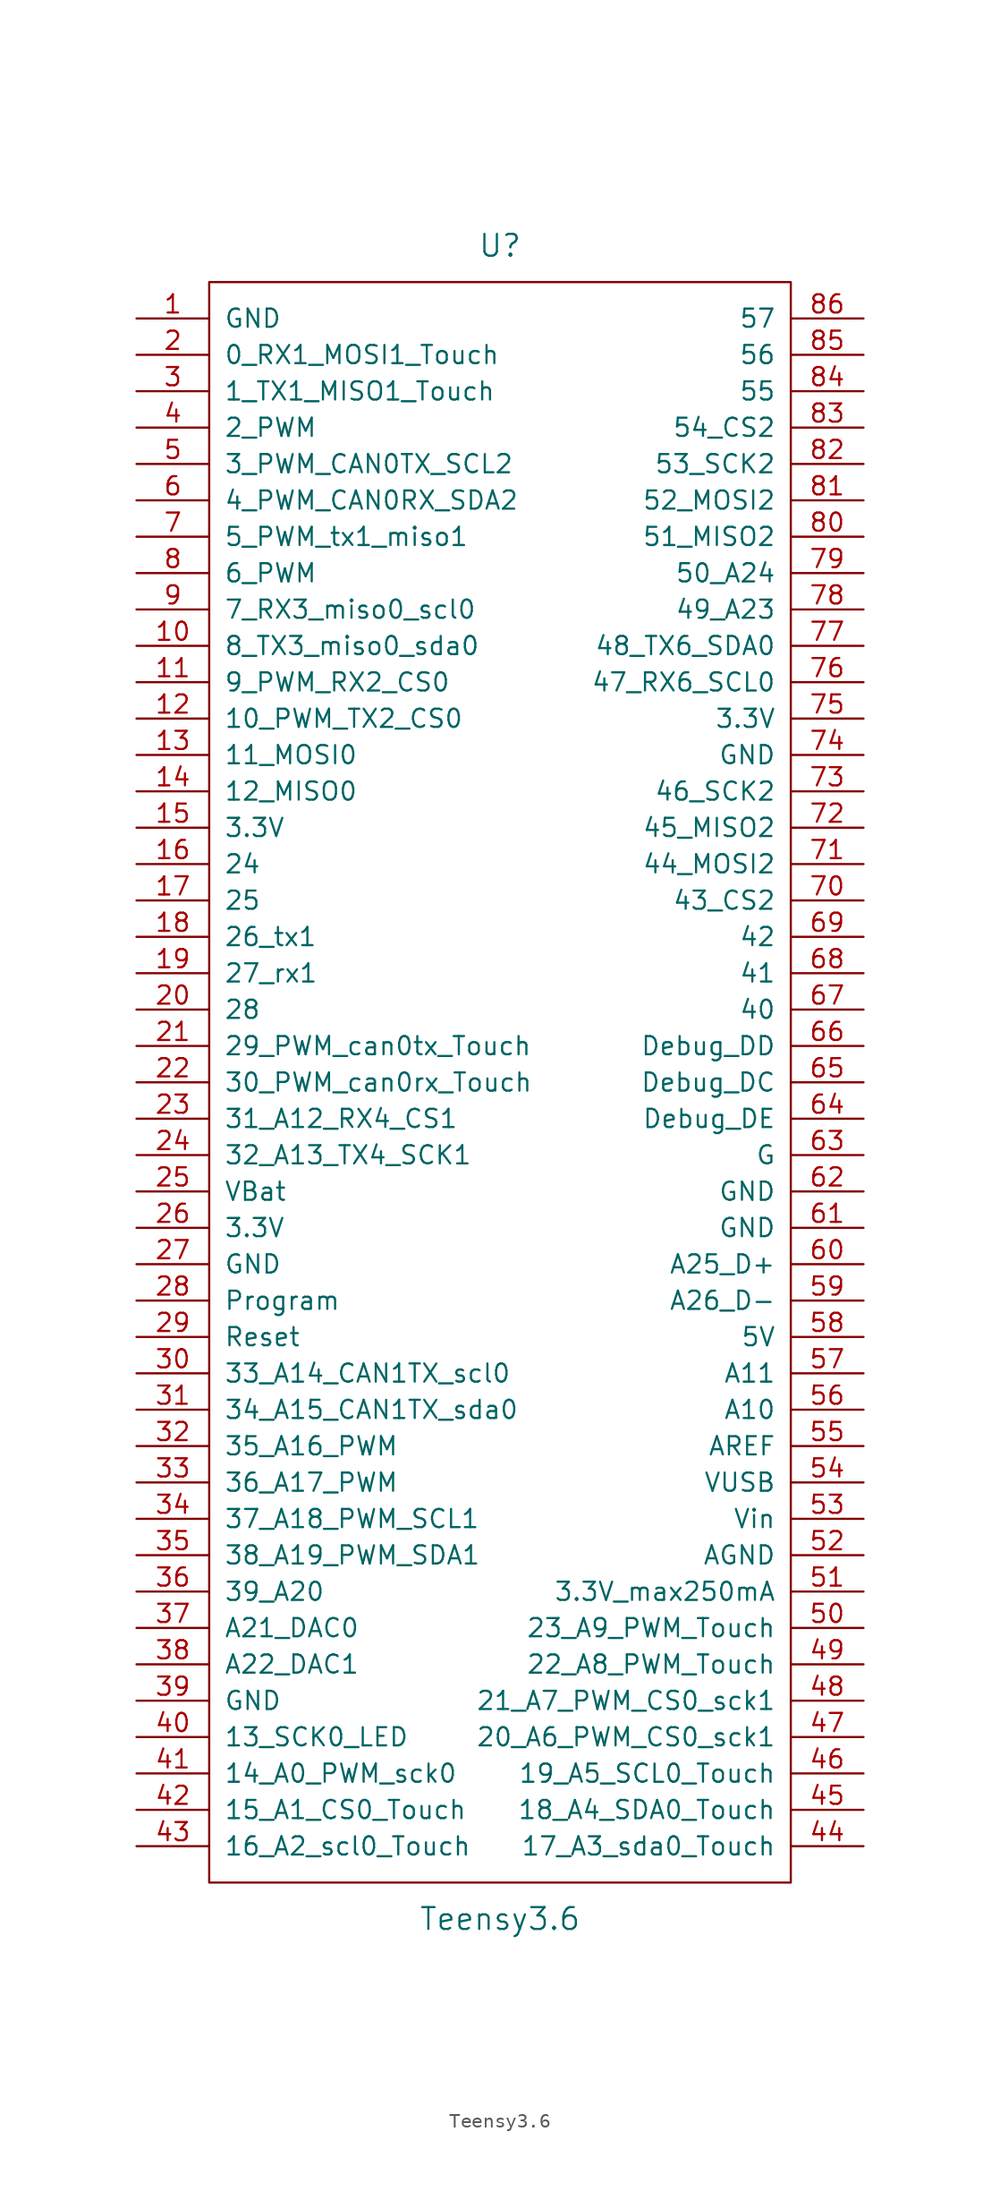
<source format=kicad_sym>
(kicad_symbol_lib
  (version 20211014)
  (generator kicad_symbol_editor)
  (symbol "Teensy3.6"
    (pin_names
      (offset 1.016))
    (property "Reference" "U"
      (at 0 58.42 0)
      (effects (font (size 1.524 1.524))))
    (property "Value" "Teensy3.6"
      (at 0 -58.42 0)
      (effects (font (size 1.524 1.524))))
    (property "Footprint" ""
      (at 0 0 0)
      (effects (font (size 1.524 1.524))))
    (property "Datasheet" ""
      (at 0 0 0)
      (effects (font (size 1.524 1.524))))
    (symbol "Teensy3.6_0_1"
      (rectangle (start -20.32 55.88) (end 20.32 -55.88) (stroke (width 0) (type default) (color 0 0 0 0)) (fill (type none))))
    (symbol "Teensy3.6_1_1"
      (pin power_in line (at -25.4 53.34 0) (length 5.08) (name "GND" (effects (font (size 1.27 1.27)))) (number "1" (effects (font (size 1.27 1.27)))))
      (pin bidirectional line (at -25.4 30.48 0) (length 5.08) (name "8_TX3_miso0_sda0" (effects (font (size 1.27 1.27)))) (number "10" (effects (font (size 1.27 1.27)))))
      (pin bidirectional line (at -25.4 27.94 0) (length 5.08) (name "9_PWM_RX2_CS0" (effects (font (size 1.27 1.27)))) (number "11" (effects (font (size 1.27 1.27)))))
      (pin bidirectional line (at -25.4 25.4 0) (length 5.08) (name "10_PWM_TX2_CS0" (effects (font (size 1.27 1.27)))) (number "12" (effects (font (size 1.27 1.27)))))
      (pin bidirectional line (at -25.4 22.86 0) (length 5.08) (name "11_MOSI0" (effects (font (size 1.27 1.27)))) (number "13" (effects (font (size 1.27 1.27)))))
      (pin bidirectional line (at -25.4 20.32 0) (length 5.08) (name "12_MISO0" (effects (font (size 1.27 1.27)))) (number "14" (effects (font (size 1.27 1.27)))))
      (pin power_in line (at -25.4 17.78 0) (length 5.08) (name "3.3V" (effects (font (size 1.27 1.27)))) (number "15" (effects (font (size 1.27 1.27)))))
      (pin bidirectional line (at -25.4 15.24 0) (length 5.08) (name "24" (effects (font (size 1.27 1.27)))) (number "16" (effects (font (size 1.27 1.27)))))
      (pin bidirectional line (at -25.4 12.7 0) (length 5.08) (name "25" (effects (font (size 1.27 1.27)))) (number "17" (effects (font (size 1.27 1.27)))))
      (pin bidirectional line (at -25.4 10.16 0) (length 5.08) (name "26_tx1" (effects (font (size 1.27 1.27)))) (number "18" (effects (font (size 1.27 1.27)))))
      (pin bidirectional line (at -25.4 7.62 0) (length 5.08) (name "27_rx1" (effects (font (size 1.27 1.27)))) (number "19" (effects (font (size 1.27 1.27)))))
      (pin bidirectional line (at -25.4 50.8 0) (length 5.08) (name "0_RX1_MOSI1_Touch" (effects (font (size 1.27 1.27)))) (number "2" (effects (font (size 1.27 1.27)))))
      (pin bidirectional line (at -25.4 5.08 0) (length 5.08) (name "28" (effects (font (size 1.27 1.27)))) (number "20" (effects (font (size 1.27 1.27)))))
      (pin bidirectional line (at -25.4 2.54 0) (length 5.08) (name "29_PWM_can0tx_Touch" (effects (font (size 1.27 1.27)))) (number "21" (effects (font (size 1.27 1.27)))))
      (pin bidirectional line (at -25.4 0 0) (length 5.08) (name "30_PWM_can0rx_Touch" (effects (font (size 1.27 1.27)))) (number "22" (effects (font (size 1.27 1.27)))))
      (pin bidirectional line (at -25.4 -2.54 0) (length 5.08) (name "31_A12_RX4_CS1" (effects (font (size 1.27 1.27)))) (number "23" (effects (font (size 1.27 1.27)))))
      (pin bidirectional line (at -25.4 -5.08 0) (length 5.08) (name "32_A13_TX4_SCK1" (effects (font (size 1.27 1.27)))) (number "24" (effects (font (size 1.27 1.27)))))
      (pin power_in line (at -25.4 -7.62 0) (length 5.08) (name "VBat" (effects (font (size 1.27 1.27)))) (number "25" (effects (font (size 1.27 1.27)))))
      (pin power_in line (at -25.4 -10.16 0) (length 5.08) (name "3.3V" (effects (font (size 1.27 1.27)))) (number "26" (effects (font (size 1.27 1.27)))))
      (pin power_in line (at -25.4 -12.7 0) (length 5.08) (name "GND" (effects (font (size 1.27 1.27)))) (number "27" (effects (font (size 1.27 1.27)))))
      (pin input line (at -25.4 -15.24 0) (length 5.08) (name "Program" (effects (font (size 1.27 1.27)))) (number "28" (effects (font (size 1.27 1.27)))))
      (pin input line (at -25.4 -17.78 0) (length 5.08) (name "Reset" (effects (font (size 1.27 1.27)))) (number "29" (effects (font (size 1.27 1.27)))))
      (pin bidirectional line (at -25.4 48.26 0) (length 5.08) (name "1_TX1_MISO1_Touch" (effects (font (size 1.27 1.27)))) (number "3" (effects (font (size 1.27 1.27)))))
      (pin bidirectional line (at -25.4 -20.32 0) (length 5.08) (name "33_A14_CAN1TX_scl0" (effects (font (size 1.27 1.27)))) (number "30" (effects (font (size 1.27 1.27)))))
      (pin bidirectional line (at -25.4 -22.86 0) (length 5.08) (name "34_A15_CAN1TX_sda0" (effects (font (size 1.27 1.27)))) (number "31" (effects (font (size 1.27 1.27)))))
      (pin bidirectional line (at -25.4 -25.4 0) (length 5.08) (name "35_A16_PWM" (effects (font (size 1.27 1.27)))) (number "32" (effects (font (size 1.27 1.27)))))
      (pin bidirectional line (at -25.4 -27.94 0) (length 5.08) (name "36_A17_PWM" (effects (font (size 1.27 1.27)))) (number "33" (effects (font (size 1.27 1.27)))))
      (pin bidirectional line (at -25.4 -30.48 0) (length 5.08) (name "37_A18_PWM_SCL1" (effects (font (size 1.27 1.27)))) (number "34" (effects (font (size 1.27 1.27)))))
      (pin bidirectional line (at -25.4 -33.02 0) (length 5.08) (name "38_A19_PWM_SDA1" (effects (font (size 1.27 1.27)))) (number "35" (effects (font (size 1.27 1.27)))))
      (pin bidirectional line (at -25.4 -35.56 0) (length 5.08) (name "39_A20" (effects (font (size 1.27 1.27)))) (number "36" (effects (font (size 1.27 1.27)))))
      (pin bidirectional line (at -25.4 -38.1 0) (length 5.08) (name "A21_DAC0" (effects (font (size 1.27 1.27)))) (number "37" (effects (font (size 1.27 1.27)))))
      (pin bidirectional line (at -25.4 -40.64 0) (length 5.08) (name "A22_DAC1" (effects (font (size 1.27 1.27)))) (number "38" (effects (font (size 1.27 1.27)))))
      (pin power_in line (at -25.4 -43.18 0) (length 5.08) (name "GND" (effects (font (size 1.27 1.27)))) (number "39" (effects (font (size 1.27 1.27)))))
      (pin bidirectional line (at -25.4 45.72 0) (length 5.08) (name "2_PWM" (effects (font (size 1.27 1.27)))) (number "4" (effects (font (size 1.27 1.27)))))
      (pin bidirectional line (at -25.4 -45.72 0) (length 5.08) (name "13_SCK0_LED" (effects (font (size 1.27 1.27)))) (number "40" (effects (font (size 1.27 1.27)))))
      (pin bidirectional line (at -25.4 -48.26 0) (length 5.08) (name "14_A0_PWM_sck0" (effects (font (size 1.27 1.27)))) (number "41" (effects (font (size 1.27 1.27)))))
      (pin bidirectional line (at -25.4 -50.8 0) (length 5.08) (name "15_A1_CS0_Touch" (effects (font (size 1.27 1.27)))) (number "42" (effects (font (size 1.27 1.27)))))
      (pin bidirectional line (at -25.4 -53.34 0) (length 5.08) (name "16_A2_scl0_Touch" (effects (font (size 1.27 1.27)))) (number "43" (effects (font (size 1.27 1.27)))))
      (pin bidirectional line (at 25.4 -53.34 180) (length 5.08) (name "17_A3_sda0_Touch" (effects (font (size 1.27 1.27)))) (number "44" (effects (font (size 1.27 1.27)))))
      (pin bidirectional line (at 25.4 -50.8 180) (length 5.08) (name "18_A4_SDA0_Touch" (effects (font (size 1.27 1.27)))) (number "45" (effects (font (size 1.27 1.27)))))
      (pin bidirectional line (at 25.4 -48.26 180) (length 5.08) (name "19_A5_SCL0_Touch" (effects (font (size 1.27 1.27)))) (number "46" (effects (font (size 1.27 1.27)))))
      (pin bidirectional line (at 25.4 -45.72 180) (length 5.08) (name "20_A6_PWM_CS0_sck1" (effects (font (size 1.27 1.27)))) (number "47" (effects (font (size 1.27 1.27)))))
      (pin bidirectional line (at 25.4 -43.18 180) (length 5.08) (name "21_A7_PWM_CS0_sck1" (effects (font (size 1.27 1.27)))) (number "48" (effects (font (size 1.27 1.27)))))
      (pin bidirectional line (at 25.4 -40.64 180) (length 5.08) (name "22_A8_PWM_Touch" (effects (font (size 1.27 1.27)))) (number "49" (effects (font (size 1.27 1.27)))))
      (pin bidirectional line (at -25.4 43.18 0) (length 5.08) (name "3_PWM_CAN0TX_SCL2" (effects (font (size 1.27 1.27)))) (number "5" (effects (font (size 1.27 1.27)))))
      (pin bidirectional line (at 25.4 -38.1 180) (length 5.08) (name "23_A9_PWM_Touch" (effects (font (size 1.27 1.27)))) (number "50" (effects (font (size 1.27 1.27)))))
      (pin power_out line (at 25.4 -35.56 180) (length 5.08) (name "3.3V_max250mA" (effects (font (size 1.27 1.27)))) (number "51" (effects (font (size 1.27 1.27)))))
      (pin power_in line (at 25.4 -33.02 180) (length 5.08) (name "AGND" (effects (font (size 1.27 1.27)))) (number "52" (effects (font (size 1.27 1.27)))))
      (pin power_in line (at 25.4 -30.48 180) (length 5.08) (name "Vin" (effects (font (size 1.27 1.27)))) (number "53" (effects (font (size 1.27 1.27)))))
      (pin power_in line (at 25.4 -27.94 180) (length 5.08) (name "VUSB" (effects (font (size 1.27 1.27)))) (number "54" (effects (font (size 1.27 1.27)))))
      (pin input line (at 25.4 -25.4 180) (length 5.08) (name "AREF" (effects (font (size 1.27 1.27)))) (number "55" (effects (font (size 1.27 1.27)))))
      (pin bidirectional line (at 25.4 -22.86 180) (length 5.08) (name "A10" (effects (font (size 1.27 1.27)))) (number "56" (effects (font (size 1.27 1.27)))))
      (pin bidirectional line (at 25.4 -20.32 180) (length 5.08) (name "A11" (effects (font (size 1.27 1.27)))) (number "57" (effects (font (size 1.27 1.27)))))
      (pin power_in line (at 25.4 -17.78 180) (length 5.08) (name "5V" (effects (font (size 1.27 1.27)))) (number "58" (effects (font (size 1.27 1.27)))))
      (pin bidirectional line (at 25.4 -15.24 180) (length 5.08) (name "A26_D-" (effects (font (size 1.27 1.27)))) (number "59" (effects (font (size 1.27 1.27)))))
      (pin bidirectional line (at -25.4 40.64 0) (length 5.08) (name "4_PWM_CAN0RX_SDA2" (effects (font (size 1.27 1.27)))) (number "6" (effects (font (size 1.27 1.27)))))
      (pin bidirectional line (at 25.4 -12.7 180) (length 5.08) (name "A25_D+" (effects (font (size 1.27 1.27)))) (number "60" (effects (font (size 1.27 1.27)))))
      (pin power_in line (at 25.4 -10.16 180) (length 5.08) (name "GND" (effects (font (size 1.27 1.27)))) (number "61" (effects (font (size 1.27 1.27)))))
      (pin power_in line (at 25.4 -7.62 180) (length 5.08) (name "GND" (effects (font (size 1.27 1.27)))) (number "62" (effects (font (size 1.27 1.27)))))
      (pin power_in line (at 25.4 -5.08 180) (length 5.08) (name "G" (effects (font (size 1.27 1.27)))) (number "63" (effects (font (size 1.27 1.27)))))
      (pin input line (at 25.4 -2.54 180) (length 5.08) (name "Debug_DE" (effects (font (size 1.27 1.27)))) (number "64" (effects (font (size 1.27 1.27)))))
      (pin input line (at 25.4 0 180) (length 5.08) (name "Debug_DC" (effects (font (size 1.27 1.27)))) (number "65" (effects (font (size 1.27 1.27)))))
      (pin input line (at 25.4 2.54 180) (length 5.08) (name "Debug_DD" (effects (font (size 1.27 1.27)))) (number "66" (effects (font (size 1.27 1.27)))))
      (pin bidirectional line (at 25.4 5.08 180) (length 5.08) (name "40" (effects (font (size 1.27 1.27)))) (number "67" (effects (font (size 1.27 1.27)))))
      (pin bidirectional line (at 25.4 7.62 180) (length 5.08) (name "41" (effects (font (size 1.27 1.27)))) (number "68" (effects (font (size 1.27 1.27)))))
      (pin bidirectional line (at 25.4 10.16 180) (length 5.08) (name "42" (effects (font (size 1.27 1.27)))) (number "69" (effects (font (size 1.27 1.27)))))
      (pin bidirectional line (at -25.4 38.1 0) (length 5.08) (name "5_PWM_tx1_miso1" (effects (font (size 1.27 1.27)))) (number "7" (effects (font (size 1.27 1.27)))))
      (pin bidirectional line (at 25.4 12.7 180) (length 5.08) (name "43_CS2" (effects (font (size 1.27 1.27)))) (number "70" (effects (font (size 1.27 1.27)))))
      (pin bidirectional line (at 25.4 15.24 180) (length 5.08) (name "44_MOSI2" (effects (font (size 1.27 1.27)))) (number "71" (effects (font (size 1.27 1.27)))))
      (pin bidirectional line (at 25.4 17.78 180) (length 5.08) (name "45_MISO2" (effects (font (size 1.27 1.27)))) (number "72" (effects (font (size 1.27 1.27)))))
      (pin bidirectional line (at 25.4 20.32 180) (length 5.08) (name "46_SCK2" (effects (font (size 1.27 1.27)))) (number "73" (effects (font (size 1.27 1.27)))))
      (pin power_in line (at 25.4 22.86 180) (length 5.08) (name "GND" (effects (font (size 1.27 1.27)))) (number "74" (effects (font (size 1.27 1.27)))))
      (pin power_in line (at 25.4 25.4 180) (length 5.08) (name "3.3V" (effects (font (size 1.27 1.27)))) (number "75" (effects (font (size 1.27 1.27)))))
      (pin bidirectional line (at 25.4 27.94 180) (length 5.08) (name "47_RX6_SCL0" (effects (font (size 1.27 1.27)))) (number "76" (effects (font (size 1.27 1.27)))))
      (pin bidirectional line (at 25.4 30.48 180) (length 5.08) (name "48_TX6_SDA0" (effects (font (size 1.27 1.27)))) (number "77" (effects (font (size 1.27 1.27)))))
      (pin bidirectional line (at 25.4 33.02 180) (length 5.08) (name "49_A23" (effects (font (size 1.27 1.27)))) (number "78" (effects (font (size 1.27 1.27)))))
      (pin bidirectional line (at 25.4 35.56 180) (length 5.08) (name "50_A24" (effects (font (size 1.27 1.27)))) (number "79" (effects (font (size 1.27 1.27)))))
      (pin bidirectional line (at -25.4 35.56 0) (length 5.08) (name "6_PWM" (effects (font (size 1.27 1.27)))) (number "8" (effects (font (size 1.27 1.27)))))
      (pin bidirectional line (at 25.4 38.1 180) (length 5.08) (name "51_MISO2" (effects (font (size 1.27 1.27)))) (number "80" (effects (font (size 1.27 1.27)))))
      (pin bidirectional line (at 25.4 40.64 180) (length 5.08) (name "52_MOSI2" (effects (font (size 1.27 1.27)))) (number "81" (effects (font (size 1.27 1.27)))))
      (pin bidirectional line (at 25.4 43.18 180) (length 5.08) (name "53_SCK2" (effects (font (size 1.27 1.27)))) (number "82" (effects (font (size 1.27 1.27)))))
      (pin bidirectional line (at 25.4 45.72 180) (length 5.08) (name "54_CS2" (effects (font (size 1.27 1.27)))) (number "83" (effects (font (size 1.27 1.27)))))
      (pin bidirectional line (at 25.4 48.26 180) (length 5.08) (name "55" (effects (font (size 1.27 1.27)))) (number "84" (effects (font (size 1.27 1.27)))))
      (pin bidirectional line (at 25.4 50.8 180) (length 5.08) (name "56" (effects (font (size 1.27 1.27)))) (number "85" (effects (font (size 1.27 1.27)))))
      (pin bidirectional line (at 25.4 53.34 180) (length 5.08) (name "57" (effects (font (size 1.27 1.27)))) (number "86" (effects (font (size 1.27 1.27)))))
      (pin bidirectional line (at -25.4 33.02 0) (length 5.08) (name "7_RX3_miso0_scl0" (effects (font (size 1.27 1.27)))) (number "9" (effects (font (size 1.27 1.27))))))))
</source>
